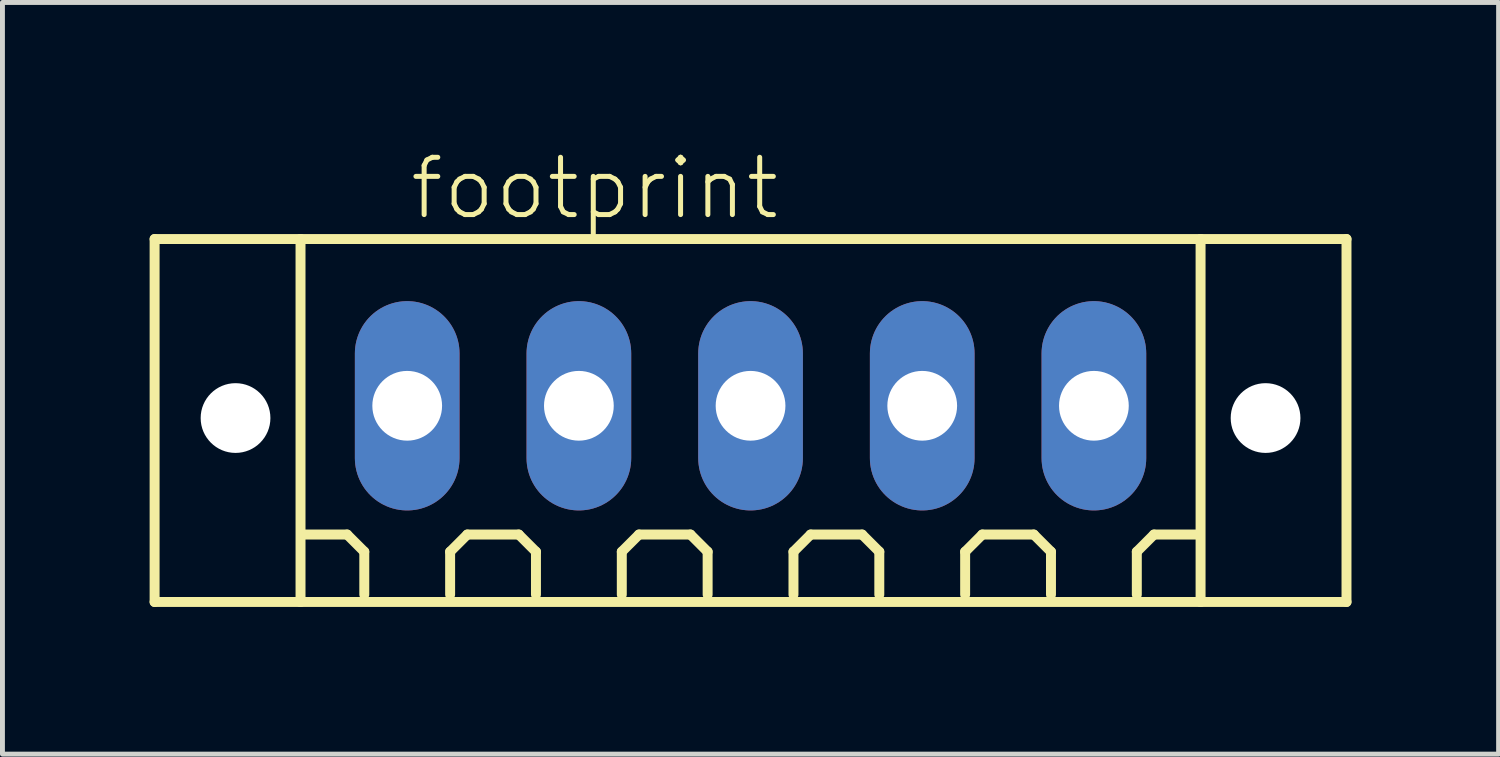
<source format=kicad_pcb>
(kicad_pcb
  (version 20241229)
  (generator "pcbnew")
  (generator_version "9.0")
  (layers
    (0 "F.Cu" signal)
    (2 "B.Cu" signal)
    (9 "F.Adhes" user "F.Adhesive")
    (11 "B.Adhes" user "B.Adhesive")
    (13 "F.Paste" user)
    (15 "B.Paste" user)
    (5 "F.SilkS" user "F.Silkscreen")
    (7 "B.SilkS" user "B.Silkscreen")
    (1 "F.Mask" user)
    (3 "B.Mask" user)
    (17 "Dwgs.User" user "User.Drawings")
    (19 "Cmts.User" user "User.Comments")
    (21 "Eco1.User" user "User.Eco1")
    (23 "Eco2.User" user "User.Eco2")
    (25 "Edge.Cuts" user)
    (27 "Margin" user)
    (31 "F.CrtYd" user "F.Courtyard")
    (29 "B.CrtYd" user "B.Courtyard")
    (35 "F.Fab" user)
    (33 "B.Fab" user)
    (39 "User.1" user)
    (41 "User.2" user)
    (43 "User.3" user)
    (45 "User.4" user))
  (footprint "footprint"
    (layer "F.Cu")
    (at 12.252 5.223)
    (property "Reference" "footprint" (at -7 -3.75 0) (layer "F.SilkS") (effects (font (size 1.168 1.168) (thickness 0.102)) (justify left bottom)))
    (fp_line (start -12.15 -3.4) (end -9.175 -3.4) (stroke (width 0.203) (type solid)) (layer "F.SilkS"))
    (fp_line (start -12.15 4) (end -12.15 -3.4) (stroke (width 0.203) (type solid)) (layer "F.SilkS"))
    (fp_line (start -9.175 -3.4) (end 9.175 -3.4) (stroke (width 0.203) (type solid)) (layer "F.SilkS"))
    (fp_line (start -9.175 4) (end -12.15 4) (stroke (width 0.203) (type solid)) (layer "F.SilkS"))
    (fp_line (start -9.175 4) (end -9.175 -3.4) (stroke (width 0.203) (type solid)) (layer "F.SilkS"))
    (fp_line (start -8.225 2.625) (end -9.1 2.625) (stroke (width 0.203) (type solid)) (layer "F.SilkS"))
    (fp_line (start -7.875 2.975) (end -8.225 2.625) (stroke (width 0.203) (type solid)) (layer "F.SilkS"))
    (fp_line (start -7.875 3.85) (end -7.875 2.975) (stroke (width 0.203) (type solid)) (layer "F.SilkS"))
    (fp_line (start -6.125 2.975) (end -5.775 2.625) (stroke (width 0.203) (type solid)) (layer "F.SilkS"))
    (fp_line (start -6.125 3.85) (end -6.125 2.975) (stroke (width 0.203) (type solid)) (layer "F.SilkS"))
    (fp_line (start -5.775 2.625) (end -4.725 2.625) (stroke (width 0.203) (type solid)) (layer "F.SilkS"))
    (fp_line (start -4.725 2.625) (end -4.375 2.975) (stroke (width 0.203) (type solid)) (layer "F.SilkS"))
    (fp_line (start -4.375 2.975) (end -4.375 3.85) (stroke (width 0.203) (type solid)) (layer "F.SilkS"))
    (fp_line (start -2.625 2.975) (end -2.275 2.625) (stroke (width 0.203) (type solid)) (layer "F.SilkS"))
    (fp_line (start -2.625 3.85) (end -2.625 2.975) (stroke (width 0.203) (type solid)) (layer "F.SilkS"))
    (fp_line (start -2.275 2.625) (end -1.225 2.625) (stroke (width 0.203) (type solid)) (layer "F.SilkS"))
    (fp_line (start -1.225 2.625) (end -0.875 2.975) (stroke (width 0.203) (type solid)) (layer "F.SilkS"))
    (fp_line (start -0.875 2.975) (end -0.875 3.85) (stroke (width 0.203) (type solid)) (layer "F.SilkS"))
    (fp_line (start 0.875 2.975) (end 1.225 2.625) (stroke (width 0.203) (type solid)) (layer "F.SilkS"))
    (fp_line (start 0.875 3.85) (end 0.875 2.975) (stroke (width 0.203) (type solid)) (layer "F.SilkS"))
    (fp_line (start 1.225 2.625) (end 2.275 2.625) (stroke (width 0.203) (type solid)) (layer "F.SilkS"))
    (fp_line (start 2.275 2.625) (end 2.625 2.975) (stroke (width 0.203) (type solid)) (layer "F.SilkS"))
    (fp_line (start 2.625 2.975) (end 2.625 3.85) (stroke (width 0.203) (type solid)) (layer "F.SilkS"))
    (fp_line (start 4.375 2.975) (end 4.725 2.625) (stroke (width 0.203) (type solid)) (layer "F.SilkS"))
    (fp_line (start 4.375 3.85) (end 4.375 2.975) (stroke (width 0.203) (type solid)) (layer "F.SilkS"))
    (fp_line (start 4.725 2.625) (end 5.775 2.625) (stroke (width 0.203) (type solid)) (layer "F.SilkS"))
    (fp_line (start 5.775 2.625) (end 6.125 2.975) (stroke (width 0.203) (type solid)) (layer "F.SilkS"))
    (fp_line (start 6.125 2.975) (end 6.125 3.85) (stroke (width 0.203) (type solid)) (layer "F.SilkS"))
    (fp_line (start 7.875 2.975) (end 8.225 2.625) (stroke (width 0.203) (type solid)) (layer "F.SilkS"))
    (fp_line (start 7.875 3.85) (end 7.875 2.975) (stroke (width 0.203) (type solid)) (layer "F.SilkS"))
    (fp_line (start 8.225 2.625) (end 9.1 2.625) (stroke (width 0.203) (type solid)) (layer "F.SilkS"))
    (fp_line (start 9.175 -3.4) (end 9.175 4) (stroke (width 0.203) (type solid)) (layer "F.SilkS"))
    (fp_line (start 9.175 -3.4) (end 12.15 -3.4) (stroke (width 0.203) (type solid)) (layer "F.SilkS"))
    (fp_line (start 9.175 4) (end -9.175 4) (stroke (width 0.203) (type solid)) (layer "F.SilkS"))
    (fp_line (start 12.15 -3.4) (end 12.15 4) (stroke (width 0.203) (type solid)) (layer "F.SilkS"))
    (fp_line (start 12.15 4) (end 9.175 4) (stroke (width 0.203) (type solid)) (layer "F.SilkS"))
    (pad "" np_thru_hole circle (at -10.5 0.25) (size 1.422 1.422) (drill 1.422) (layers "*.Cu" "*.Mask"))
    (pad "" np_thru_hole circle (at 10.5 0.25) (size 1.422 1.422) (drill 1.422) (layers "*.Cu" "*.Mask"))
    (pad "1" thru_hole oval (at -7 0 90) (size 4.267 2.134) (drill 1.422) (layers "*.Cu" "*.Mask"))
    (pad "2" thru_hole oval (at -3.5 0 90) (size 4.267 2.134) (drill 1.422) (layers "*.Cu" "*.Mask"))
    (pad "3" thru_hole oval (at 0 0 90) (size 4.267 2.134) (drill 1.422) (layers "*.Cu" "*.Mask"))
    (pad "4" thru_hole oval (at 3.5 0 90) (size 4.267 2.134) (drill 1.422) (layers "*.Cu" "*.Mask"))
    (pad "5" thru_hole oval (at 7 0 90) (size 4.267 2.134) (drill 1.422) (layers "*.Cu" "*.Mask")))
  (gr_rect
    (start -3 -3)
    (end 27.503 12.325)
    (stroke (width 0.1) (type default))
    (fill no)
    (layer "Edge.Cuts")))
</source>
